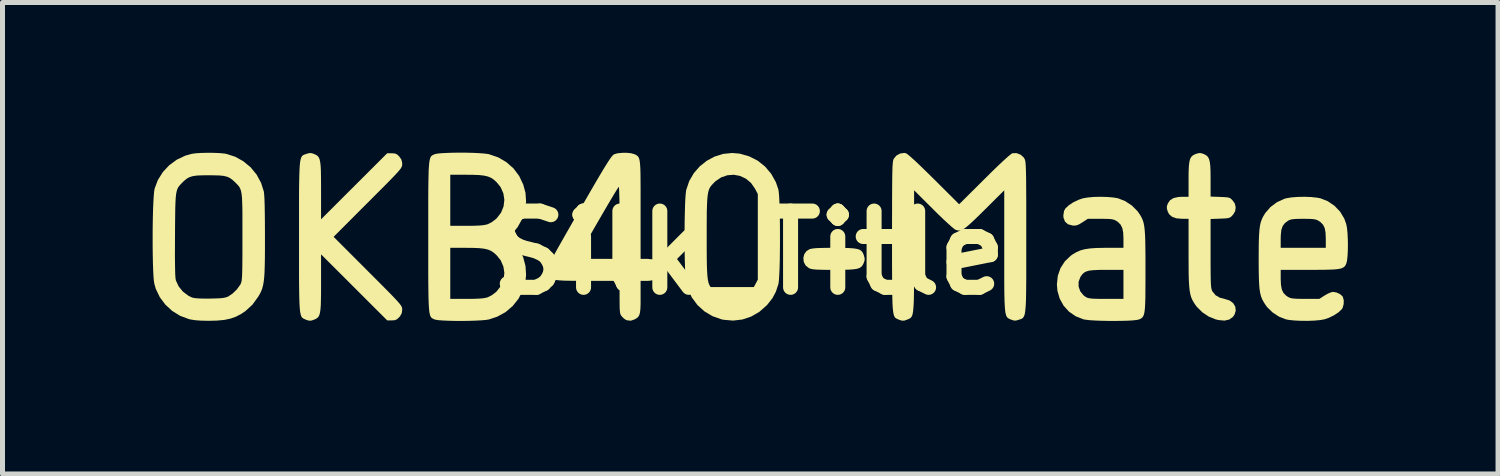
<source format=kicad_pcb>
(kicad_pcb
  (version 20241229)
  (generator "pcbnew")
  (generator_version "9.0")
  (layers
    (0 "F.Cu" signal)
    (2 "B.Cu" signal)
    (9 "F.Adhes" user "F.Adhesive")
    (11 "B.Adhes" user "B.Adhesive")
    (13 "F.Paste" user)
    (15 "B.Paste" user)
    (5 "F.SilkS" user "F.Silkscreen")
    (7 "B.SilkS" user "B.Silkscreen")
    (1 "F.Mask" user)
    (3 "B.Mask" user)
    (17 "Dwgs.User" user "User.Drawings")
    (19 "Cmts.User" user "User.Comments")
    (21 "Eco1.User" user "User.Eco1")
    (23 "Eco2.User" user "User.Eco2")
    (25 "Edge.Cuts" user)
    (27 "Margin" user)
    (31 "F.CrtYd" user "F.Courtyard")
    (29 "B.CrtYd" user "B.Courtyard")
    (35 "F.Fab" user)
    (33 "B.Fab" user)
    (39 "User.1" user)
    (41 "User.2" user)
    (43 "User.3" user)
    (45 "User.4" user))
  (footprint "Silk_Title"
    (layer "F.Cu")
    (at 11.912 2.002)
    (property "Reference" "Silk_Title" (at 0 0 0) (layer "F.SilkS") (effects (font (size 1.524 1.524) (thickness 0.3))))
    (attr board_only exclude_from_pos_files exclude_from_bom)
    (fp_poly (pts (xy 1.868 -0.099) (xy 1.996 -0.096) (xy 2.093 -0.089) (xy 2.165 -0.078) (xy 2.217 -0.061) (xy 2.252 -0.036) (xy 2.277 -0.003) (xy 2.296 0.04) (xy 2.299 0.05) (xy 2.315 0.109) (xy 2.313 0.155) (xy 2.295 0.206) (xy 2.275 0.246) (xy 2.25 0.277) (xy 2.216 0.301) (xy 2.166 0.318) (xy 2.097 0.329) (xy 2.003 0.336) (xy 1.88 0.339) (xy 1.722 0.34) (xy 1.697 0.34) (xy 1.551 0.34) (xy 1.44 0.338) (xy 1.356 0.335) (xy 1.296 0.33) (xy 1.252 0.323) (xy 1.219 0.313) (xy 1.201 0.305) (xy 1.136 0.253) (xy 1.099 0.184) (xy 1.09 0.106) (xy 1.107 0.03) (xy 1.152 -0.034) (xy 1.21 -0.071) (xy 1.244 -0.081) (xy 1.295 -0.089) (xy 1.368 -0.095) (xy 1.466 -0.098) (xy 1.596 -0.1) (xy 1.706 -0.1)) (stroke (width 0) (type solid)) (fill yes) (layer "F.SilkS"))
    (fp_poly (pts (xy 9.042 -1.991) (xy 9.093 -1.973) (xy 9.137 -1.951) (xy 9.17 -1.921) (xy 9.194 -1.88) (xy 9.211 -1.82) (xy 9.221 -1.738) (xy 9.226 -1.627) (xy 9.227 -1.482) (xy 9.227 -1.463) (xy 9.227 -1.124) (xy 9.419 -1.117) (xy 9.508 -1.113) (xy 9.568 -1.108) (xy 9.606 -1.098) (xy 9.635 -1.08) (xy 9.662 -1.053) (xy 9.669 -1.045) (xy 9.713 -0.982) (xy 9.727 -0.914) (xy 9.728 -0.9) (xy 9.717 -0.829) (xy 9.679 -0.767) (xy 9.669 -0.755) (xy 9.641 -0.725) (xy 9.613 -0.706) (xy 9.578 -0.694) (xy 9.524 -0.688) (xy 9.443 -0.684) (xy 9.419 -0.683) (xy 9.227 -0.676) (xy 9.227 0.017) (xy 9.227 0.203) (xy 9.228 0.353) (xy 9.229 0.471) (xy 9.231 0.563) (xy 9.234 0.631) (xy 9.238 0.681) (xy 9.244 0.717) (xy 9.251 0.743) (xy 9.261 0.764) (xy 9.266 0.774) (xy 9.328 0.848) (xy 9.411 0.896) (xy 9.514 0.923) (xy 9.609 0.953) (xy 9.678 1.005) (xy 9.72 1.074) (xy 9.73 1.152) (xy 9.707 1.231) (xy 9.672 1.282) (xy 9.6 1.333) (xy 9.505 1.354) (xy 9.385 1.343) (xy 9.327 1.329) (xy 9.191 1.274) (xy 9.062 1.188) (xy 8.954 1.081) (xy 8.923 1.04) (xy 8.889 0.988) (xy 8.861 0.938) (xy 8.839 0.886) (xy 8.822 0.826) (xy 8.809 0.755) (xy 8.8 0.667) (xy 8.793 0.559) (xy 8.789 0.425) (xy 8.788 0.262) (xy 8.787 0.064) (xy 8.787 0.006) (xy 8.787 -0.68) (xy 8.662 -0.68) (xy 8.543 -0.69) (xy 8.456 -0.721) (xy 8.397 -0.774) (xy 8.369 -0.83) (xy 8.353 -0.889) (xy 8.355 -0.935) (xy 8.373 -0.986) (xy 8.417 -1.051) (xy 8.486 -1.094) (xy 8.584 -1.116) (xy 8.666 -1.12) (xy 8.787 -1.12) (xy 8.787 -1.465) (xy 8.788 -1.615) (xy 8.793 -1.73) (xy 8.803 -1.816) (xy 8.819 -1.878) (xy 8.844 -1.921) (xy 8.878 -1.951) (xy 8.924 -1.973) (xy 8.937 -1.978) (xy 8.996 -1.994)) (stroke (width 0) (type solid)) (fill yes) (layer "F.SilkS"))
    (fp_poly (pts (xy -0.181 -1.982) (xy 0.007 -1.928) (xy 0.177 -1.842) (xy 0.325 -1.724) (xy 0.447 -1.58) (xy 0.541 -1.412) (xy 0.591 -1.266) (xy 0.599 -1.212) (xy 0.606 -1.124) (xy 0.612 -1.007) (xy 0.617 -0.867) (xy 0.62 -0.708) (xy 0.622 -0.538) (xy 0.623 -0.36) (xy 0.623 -0.182) (xy 0.621 -0.007) (xy 0.619 0.157) (xy 0.615 0.306) (xy 0.609 0.434) (xy 0.603 0.536) (xy 0.595 0.606) (xy 0.591 0.625) (xy 0.541 0.777) (xy 0.472 0.907) (xy 0.376 1.029) (xy 0.357 1.05) (xy 0.211 1.179) (xy 0.048 1.273) (xy -0.128 1.332) (xy -0.313 1.354) (xy -0.501 1.338) (xy -0.548 1.328) (xy -0.727 1.265) (xy -0.887 1.169) (xy -1.026 1.043) (xy -1.138 0.892) (xy -1.219 0.721) (xy -1.251 0.615) (xy -1.259 0.557) (xy -1.267 0.464) (xy -1.273 0.343) (xy -1.277 0.199) (xy -1.281 0.037) (xy -1.283 -0.136) (xy -1.283 -0.315) (xy -1.283 -0.32) (xy -0.841 -0.32) (xy -0.841 -0.102) (xy -0.84 0.08) (xy -0.838 0.23) (xy -0.834 0.351) (xy -0.828 0.448) (xy -0.82 0.525) (xy -0.808 0.586) (xy -0.792 0.634) (xy -0.771 0.673) (xy -0.746 0.708) (xy -0.715 0.743) (xy -0.689 0.769) (xy -0.576 0.854) (xy -0.447 0.905) (xy -0.308 0.919) (xy -0.176 0.899) (xy -0.073 0.852) (xy 0.024 0.776) (xy 0.103 0.679) (xy 0.124 0.642) (xy 0.18 0.535) (xy 0.18 -1.175) (xy 0.124 -1.282) (xy 0.044 -1.397) (xy -0.058 -1.482) (xy -0.175 -1.537) (xy -0.301 -1.56) (xy -0.429 -1.55) (xy -0.553 -1.507) (xy -0.667 -1.43) (xy -0.689 -1.408) (xy -0.724 -1.372) (xy -0.754 -1.338) (xy -0.778 -1.303) (xy -0.797 -1.261) (xy -0.811 -1.21) (xy -0.822 -1.145) (xy -0.83 -1.063) (xy -0.835 -0.959) (xy -0.839 -0.829) (xy -0.84 -0.671) (xy -0.841 -0.479) (xy -0.841 -0.32) (xy -1.283 -0.32) (xy -1.283 -0.494) (xy -1.281 -0.668) (xy -1.277 -0.83) (xy -1.273 -0.976) (xy -1.267 -1.099) (xy -1.259 -1.194) (xy -1.251 -1.255) (xy -1.25 -1.258) (xy -1.19 -1.435) (xy -1.098 -1.593) (xy -0.979 -1.729) (xy -0.839 -1.84) (xy -0.682 -1.924) (xy -0.512 -1.977) (xy -0.334 -1.995)) (stroke (width 0) (type solid)) (fill yes) (layer "F.SilkS"))
    (fp_poly (pts (xy -8.732 -1.991) (xy -8.681 -1.973) (xy -8.645 -1.956) (xy -8.616 -1.936) (xy -8.593 -1.908) (xy -8.576 -1.869) (xy -8.564 -1.813) (xy -8.555 -1.737) (xy -8.55 -1.637) (xy -8.548 -1.507) (xy -8.547 -1.344) (xy -8.547 -1.236) (xy -8.547 -0.67) (xy -7.225 -1.99) (xy -7.134 -1.99) (xy -7.07 -1.985) (xy -7.025 -1.965) (xy -6.984 -1.925) (xy -6.942 -1.864) (xy -6.926 -1.799) (xy -6.925 -1.775) (xy -6.926 -1.756) (xy -6.929 -1.737) (xy -6.937 -1.716) (xy -6.951 -1.69) (xy -6.976 -1.658) (xy -7.012 -1.615) (xy -7.062 -1.561) (xy -7.129 -1.491) (xy -7.215 -1.403) (xy -7.322 -1.295) (xy -7.453 -1.164) (xy -7.609 -1.007) (xy -7.611 -1.006) (xy -8.296 -0.32) (xy -7.611 0.366) (xy -7.454 0.523) (xy -7.323 0.654) (xy -7.216 0.762) (xy -7.13 0.85) (xy -7.063 0.92) (xy -7.012 0.975) (xy -6.976 1.018) (xy -6.952 1.05) (xy -6.937 1.076) (xy -6.929 1.097) (xy -6.926 1.116) (xy -6.925 1.135) (xy -6.925 1.135) (xy -6.935 1.207) (xy -6.968 1.266) (xy -6.984 1.285) (xy -7.029 1.327) (xy -7.074 1.346) (xy -7.134 1.35) (xy -7.225 1.35) (xy -7.886 0.69) (xy -8.547 0.03) (xy -8.547 0.596) (xy -8.547 0.78) (xy -8.549 0.928) (xy -8.552 1.044) (xy -8.559 1.134) (xy -8.569 1.2) (xy -8.583 1.248) (xy -8.602 1.282) (xy -8.627 1.305) (xy -8.658 1.323) (xy -8.675 1.331) (xy -8.737 1.353) (xy -8.784 1.356) (xy -8.837 1.341) (xy -8.863 1.33) (xy -8.885 1.32) (xy -8.905 1.31) (xy -8.922 1.297) (xy -8.936 1.279) (xy -8.948 1.252) (xy -8.958 1.214) (xy -8.967 1.163) (xy -8.973 1.095) (xy -8.978 1.009) (xy -8.982 0.901) (xy -8.984 0.769) (xy -8.986 0.61) (xy -8.987 0.421) (xy -8.987 0.2) (xy -8.987 -0.056) (xy -8.987 -0.324) (xy -8.987 -0.615) (xy -8.987 -0.868) (xy -8.987 -1.087) (xy -8.986 -1.273) (xy -8.984 -1.43) (xy -8.981 -1.56) (xy -8.977 -1.667) (xy -8.972 -1.751) (xy -8.965 -1.817) (xy -8.955 -1.867) (xy -8.944 -1.903) (xy -8.93 -1.929) (xy -8.913 -1.946) (xy -8.894 -1.958) (xy -8.871 -1.967) (xy -8.844 -1.975) (xy -8.837 -1.978) (xy -8.778 -1.994)) (stroke (width 0) (type solid)) (fill yes) (layer "F.SilkS"))
    (fp_poly (pts (xy -2.352 -1.99) (xy -2.287 -1.972) (xy -2.282 -1.97) (xy -2.255 -1.957) (xy -2.233 -1.943) (xy -2.215 -1.927) (xy -2.2 -1.904) (xy -2.188 -1.872) (xy -2.179 -1.827) (xy -2.172 -1.765) (xy -2.167 -1.683) (xy -2.164 -1.578) (xy -2.163 -1.446) (xy -2.162 -1.285) (xy -2.162 -1.09) (xy -2.162 -0.866) (xy -2.162 0.12) (xy -2.031 0.12) (xy -1.906 0.132) (xy -1.813 0.167) (xy -1.752 0.225) (xy -1.723 0.306) (xy -1.721 0.34) (xy -1.738 0.429) (xy -1.788 0.495) (xy -1.869 0.538) (xy -1.983 0.558) (xy -2.031 0.56) (xy -2.162 0.56) (xy -2.162 0.886) (xy -2.162 1.019) (xy -2.166 1.12) (xy -2.174 1.192) (xy -2.188 1.243) (xy -2.209 1.279) (xy -2.24 1.306) (xy -2.282 1.33) (xy -2.357 1.356) (xy -2.428 1.349) (xy -2.454 1.34) (xy -2.496 1.313) (xy -2.538 1.27) (xy -2.539 1.269) (xy -2.555 1.246) (xy -2.567 1.22) (xy -2.574 1.183) (xy -2.579 1.13) (xy -2.581 1.053) (xy -2.582 0.947) (xy -2.582 0.887) (xy -2.582 0.56) (xy -3.215 0.56) (xy -3.405 0.56) (xy -3.561 0.558) (xy -3.684 0.556) (xy -3.78 0.55) (xy -3.852 0.543) (xy -3.905 0.532) (xy -3.943 0.516) (xy -3.97 0.497) (xy -3.99 0.472) (xy -4.004 0.448) (xy -4.016 0.425) (xy -4.024 0.401) (xy -4.027 0.375) (xy -4.024 0.343) (xy -4.014 0.304) (xy -3.995 0.253) (xy -3.966 0.189) (xy -3.931 0.12) (xy -3.444 0.12) (xy -2.582 0.12) (xy -2.582 -0.6) (xy -2.582 -0.765) (xy -2.584 -0.917) (xy -2.585 -1.051) (xy -2.588 -1.163) (xy -2.591 -1.248) (xy -2.594 -1.301) (xy -2.597 -1.319) (xy -2.61 -1.302) (xy -2.641 -1.255) (xy -2.687 -1.18) (xy -2.745 -1.082) (xy -2.815 -0.965) (xy -2.892 -0.833) (xy -2.972 -0.695) (xy -3.058 -0.547) (xy -3.139 -0.406) (xy -3.214 -0.277) (xy -3.279 -0.164) (xy -3.332 -0.073) (xy -3.37 -0.007) (xy -3.388 0.024) (xy -3.444 0.12) (xy -3.931 0.12) (xy -3.925 0.109) (xy -3.873 0.009) (xy -3.806 -0.111) (xy -3.724 -0.256) (xy -3.626 -0.428) (xy -3.511 -0.629) (xy -3.391 -0.836) (xy -3.26 -1.063) (xy -3.148 -1.257) (xy -3.052 -1.422) (xy -2.971 -1.559) (xy -2.904 -1.672) (xy -2.848 -1.762) (xy -2.804 -1.832) (xy -2.768 -1.885) (xy -2.74 -1.923) (xy -2.718 -1.948) (xy -2.701 -1.963) (xy -2.691 -1.969) (xy -2.624 -1.989) (xy -2.536 -1.998) (xy -2.44 -1.999)) (stroke (width 0) (type solid)) (fill yes) (layer "F.SilkS"))
    (fp_poly (pts (xy 7.169 -1.116) (xy 7.291 -1.105) (xy 7.377 -1.09) (xy 7.52 -1.034) (xy 7.652 -0.947) (xy 7.762 -0.838) (xy 7.79 -0.8) (xy 7.822 -0.752) (xy 7.848 -0.706) (xy 7.87 -0.658) (xy 7.887 -0.605) (xy 7.9 -0.541) (xy 7.91 -0.462) (xy 7.917 -0.366) (xy 7.922 -0.247) (xy 7.924 -0.102) (xy 7.926 0.074) (xy 7.926 0.285) (xy 7.926 0.355) (xy 7.926 0.571) (xy 7.925 0.75) (xy 7.924 0.897) (xy 7.92 1.015) (xy 7.915 1.107) (xy 7.907 1.177) (xy 7.896 1.229) (xy 7.882 1.265) (xy 7.864 1.291) (xy 7.842 1.309) (xy 7.814 1.324) (xy 7.798 1.331) (xy 7.751 1.341) (xy 7.671 1.35) (xy 7.566 1.356) (xy 7.442 1.359) (xy 7.307 1.361) (xy 7.169 1.36) (xy 7.034 1.357) (xy 6.909 1.352) (xy 6.803 1.345) (xy 6.721 1.335) (xy 6.685 1.328) (xy 6.531 1.267) (xy 6.398 1.175) (xy 6.291 1.057) (xy 6.213 0.917) (xy 6.167 0.76) (xy 6.156 0.63) (xy 6.162 0.577) (xy 6.59 0.577) (xy 6.59 0.675) (xy 6.623 0.768) (xy 6.686 0.847) (xy 6.73 0.88) (xy 6.758 0.895) (xy 6.79 0.905) (xy 6.833 0.912) (xy 6.894 0.917) (xy 6.979 0.919) (xy 7.096 0.92) (xy 7.141 0.92) (xy 7.486 0.92) (xy 7.486 0.34) (xy 7.141 0.34) (xy 6.997 0.341) (xy 6.886 0.346) (xy 6.804 0.355) (xy 6.743 0.372) (xy 6.697 0.397) (xy 6.661 0.432) (xy 6.628 0.479) (xy 6.625 0.485) (xy 6.59 0.577) (xy 6.162 0.577) (xy 6.174 0.46) (xy 6.228 0.305) (xy 6.316 0.169) (xy 6.435 0.056) (xy 6.47 0.031) (xy 6.546 -0.014) (xy 6.624 -0.048) (xy 6.712 -0.072) (xy 6.817 -0.088) (xy 6.946 -0.097) (xy 7.105 -0.1) (xy 7.15 -0.1) (xy 7.486 -0.1) (xy 7.486 -0.285) (xy 7.481 -0.405) (xy 7.463 -0.495) (xy 7.43 -0.562) (xy 7.378 -0.615) (xy 7.341 -0.64) (xy 7.308 -0.657) (xy 7.268 -0.669) (xy 7.215 -0.676) (xy 7.138 -0.679) (xy 7.031 -0.68) (xy 7.025 -0.68) (xy 6.774 -0.68) (xy 6.665 -0.609) (xy 6.599 -0.569) (xy 6.549 -0.549) (xy 6.5 -0.544) (xy 6.466 -0.547) (xy 6.377 -0.571) (xy 6.318 -0.624) (xy 6.288 -0.702) (xy 6.285 -0.748) (xy 6.299 -0.837) (xy 6.325 -0.885) (xy 6.391 -0.948) (xy 6.483 -1.009) (xy 6.589 -1.06) (xy 6.675 -1.089) (xy 6.772 -1.106) (xy 6.896 -1.117) (xy 7.033 -1.12)) (stroke (width 0) (type solid)) (fill yes) (layer "F.SilkS"))
    (fp_poly (pts (xy 11.237 -1.115) (xy 11.356 -1.102) (xy 11.42 -1.09) (xy 11.57 -1.031) (xy 11.703 -0.94) (xy 11.815 -0.823) (xy 11.898 -0.685) (xy 11.939 -0.571) (xy 11.953 -0.494) (xy 11.963 -0.393) (xy 11.969 -0.277) (xy 11.971 -0.154) (xy 11.969 -0.035) (xy 11.963 0.072) (xy 11.953 0.158) (xy 11.94 0.211) (xy 11.924 0.246) (xy 11.904 0.274) (xy 11.875 0.295) (xy 11.835 0.312) (xy 11.778 0.324) (xy 11.7 0.332) (xy 11.598 0.336) (xy 11.466 0.339) (xy 11.3 0.34) (xy 11.199 0.34) (xy 10.628 0.34) (xy 10.628 0.525) (xy 10.634 0.645) (xy 10.651 0.735) (xy 10.684 0.802) (xy 10.736 0.855) (xy 10.773 0.88) (xy 10.804 0.896) (xy 10.841 0.907) (xy 10.89 0.914) (xy 10.96 0.918) (xy 11.059 0.92) (xy 11.119 0.92) (xy 11.4 0.92) (xy 11.509 0.85) (xy 11.575 0.813) (xy 11.637 0.788) (xy 11.675 0.78) (xy 11.746 0.793) (xy 11.814 0.825) (xy 11.863 0.869) (xy 11.869 0.879) (xy 11.888 0.947) (xy 11.886 1.027) (xy 11.865 1.1) (xy 11.85 1.125) (xy 11.784 1.188) (xy 11.691 1.249) (xy 11.586 1.3) (xy 11.5 1.329) (xy 11.413 1.344) (xy 11.299 1.354) (xy 11.168 1.359) (xy 11.033 1.358) (xy 10.905 1.352) (xy 10.795 1.341) (xy 10.728 1.328) (xy 10.594 1.275) (xy 10.466 1.191) (xy 10.358 1.086) (xy 10.324 1.04) (xy 10.288 0.983) (xy 10.258 0.928) (xy 10.235 0.87) (xy 10.218 0.802) (xy 10.205 0.721) (xy 10.197 0.621) (xy 10.192 0.497) (xy 10.189 0.344) (xy 10.188 0.157) (xy 10.188 0.12) (xy 10.189 -0.074) (xy 10.189 -0.1) (xy 10.628 -0.1) (xy 11.529 -0.1) (xy 11.529 -0.285) (xy 11.524 -0.405) (xy 11.507 -0.495) (xy 11.474 -0.562) (xy 11.422 -0.615) (xy 11.384 -0.64) (xy 11.35 -0.658) (xy 11.309 -0.669) (xy 11.254 -0.676) (xy 11.175 -0.679) (xy 11.079 -0.68) (xy 10.972 -0.679) (xy 10.896 -0.675) (xy 10.843 -0.668) (xy 10.803 -0.656) (xy 10.773 -0.64) (xy 10.71 -0.592) (xy 10.667 -0.534) (xy 10.641 -0.458) (xy 10.63 -0.355) (xy 10.628 -0.285) (xy 10.628 -0.1) (xy 10.189 -0.1) (xy 10.191 -0.232) (xy 10.196 -0.361) (xy 10.204 -0.465) (xy 10.215 -0.549) (xy 10.232 -0.618) (xy 10.254 -0.678) (xy 10.282 -0.734) (xy 10.317 -0.79) (xy 10.324 -0.8) (xy 10.424 -0.915) (xy 10.551 -1.01) (xy 10.692 -1.076) (xy 10.738 -1.09) (xy 10.838 -1.107) (xy 10.964 -1.117) (xy 11.102 -1.12)) (stroke (width 0) (type solid)) (fill yes) (layer "F.SilkS"))
    (fp_poly (pts (xy -5.646 -2.001) (xy -5.512 -1.998) (xy -5.389 -1.992) (xy -5.285 -1.984) (xy -5.207 -1.974) (xy -5.189 -1.97) (xy -5.005 -1.907) (xy -4.842 -1.811) (xy -4.702 -1.687) (xy -4.589 -1.537) (xy -4.507 -1.365) (xy -4.462 -1.199) (xy -4.45 -1.023) (xy -4.474 -0.844) (xy -4.531 -0.672) (xy -4.619 -0.514) (xy -4.695 -0.421) (xy -4.789 -0.32) (xy -4.695 -0.219) (xy -4.588 -0.077) (xy -4.509 0.086) (xy -4.462 0.262) (xy -4.45 0.44) (xy -4.462 0.559) (xy -4.515 0.747) (xy -4.601 0.916) (xy -4.718 1.063) (xy -4.861 1.185) (xy -5.027 1.276) (xy -5.189 1.33) (xy -5.256 1.341) (xy -5.351 1.349) (xy -5.468 1.355) (xy -5.598 1.359) (xy -5.735 1.361) (xy -5.871 1.36) (xy -5.999 1.357) (xy -6.113 1.352) (xy -6.204 1.345) (xy -6.265 1.335) (xy -6.281 1.33) (xy -6.303 1.32) (xy -6.323 1.31) (xy -6.34 1.297) (xy -6.354 1.279) (xy -6.367 1.252) (xy -6.377 1.214) (xy -6.385 1.163) (xy -6.391 1.095) (xy -6.396 1.008) (xy -6.399 0.92) (xy -5.965 0.92) (xy -5.638 0.92) (xy -5.498 0.919) (xy -5.391 0.915) (xy -5.31 0.908) (xy -5.25 0.897) (xy -5.217 0.888) (xy -5.137 0.848) (xy -5.056 0.787) (xy -5.036 0.768) (xy -4.95 0.657) (xy -4.9 0.533) (xy -4.884 0.402) (xy -4.904 0.272) (xy -4.958 0.149) (xy -5.036 0.052) (xy -5.091 0.001) (xy -5.148 -0.038) (xy -5.212 -0.065) (xy -5.29 -0.083) (xy -5.388 -0.094) (xy -5.515 -0.099) (xy -5.638 -0.1) (xy -5.965 -0.1) (xy -5.965 0.92) (xy -6.399 0.92) (xy -6.4 0.9) (xy -6.402 0.767) (xy -6.404 0.608) (xy -6.405 0.419) (xy -6.405 0.198) (xy -6.405 -0.059) (xy -6.405 -0.32) (xy -6.405 -0.54) (xy -5.965 -0.54) (xy -5.638 -0.54) (xy -5.498 -0.541) (xy -5.391 -0.545) (xy -5.31 -0.552) (xy -5.25 -0.563) (xy -5.217 -0.572) (xy -5.137 -0.612) (xy -5.056 -0.673) (xy -5.036 -0.692) (xy -4.95 -0.803) (xy -4.9 -0.927) (xy -4.884 -1.058) (xy -4.904 -1.188) (xy -4.958 -1.311) (xy -5.036 -1.408) (xy -5.091 -1.459) (xy -5.148 -1.498) (xy -5.212 -1.525) (xy -5.29 -1.543) (xy -5.388 -1.554) (xy -5.515 -1.559) (xy -5.638 -1.56) (xy -5.965 -1.56) (xy -5.965 -0.54) (xy -6.405 -0.54) (xy -6.405 -0.61) (xy -6.405 -0.863) (xy -6.405 -1.081) (xy -6.404 -1.267) (xy -6.402 -1.423) (xy -6.399 -1.553) (xy -6.396 -1.659) (xy -6.39 -1.744) (xy -6.384 -1.809) (xy -6.375 -1.859) (xy -6.365 -1.896) (xy -6.352 -1.922) (xy -6.337 -1.939) (xy -6.319 -1.952) (xy -6.299 -1.961) (xy -6.276 -1.971) (xy -6.228 -1.982) (xy -6.148 -1.99) (xy -6.042 -1.996) (xy -5.918 -2) (xy -5.784 -2.002)) (stroke (width 0) (type solid)) (fill yes) (layer "F.SilkS"))
    (fp_poly (pts (xy 3.137 -1.991) (xy 3.169 -1.972) (xy 3.227 -1.924) (xy 3.312 -1.848) (xy 3.422 -1.744) (xy 3.557 -1.613) (xy 3.698 -1.474) (xy 4.203 -0.971) (xy 4.709 -1.474) (xy 4.865 -1.629) (xy 4.997 -1.756) (xy 5.105 -1.857) (xy 5.187 -1.93) (xy 5.243 -1.975) (xy 5.27 -1.991) (xy 5.351 -1.992) (xy 5.43 -1.962) (xy 5.492 -1.907) (xy 5.509 -1.88) (xy 5.516 -1.864) (xy 5.522 -1.844) (xy 5.527 -1.817) (xy 5.531 -1.78) (xy 5.534 -1.731) (xy 5.537 -1.665) (xy 5.539 -1.582) (xy 5.541 -1.477) (xy 5.542 -1.348) (xy 5.543 -1.192) (xy 5.544 -1.007) (xy 5.544 -0.79) (xy 5.544 -0.537) (xy 5.544 -0.32) (xy 5.544 -0.029) (xy 5.544 0.225) (xy 5.544 0.444) (xy 5.543 0.63) (xy 5.541 0.788) (xy 5.539 0.918) (xy 5.535 1.025) (xy 5.529 1.11) (xy 5.522 1.176) (xy 5.513 1.226) (xy 5.501 1.263) (xy 5.487 1.288) (xy 5.471 1.306) (xy 5.451 1.318) (xy 5.429 1.326) (xy 5.402 1.335) (xy 5.394 1.338) (xy 5.336 1.354) (xy 5.289 1.351) (xy 5.238 1.333) (xy 5.212 1.322) (xy 5.189 1.31) (xy 5.169 1.296) (xy 5.153 1.274) (xy 5.14 1.244) (xy 5.129 1.201) (xy 5.121 1.144) (xy 5.115 1.068) (xy 5.11 0.971) (xy 5.107 0.85) (xy 5.105 0.702) (xy 5.104 0.524) (xy 5.104 0.314) (xy 5.104 0.067) (xy 5.104 -0.044) (xy 5.104 -1.249) (xy 4.709 -0.856) (xy 4.583 -0.732) (xy 4.481 -0.634) (xy 4.4 -0.56) (xy 4.336 -0.506) (xy 4.284 -0.471) (xy 4.241 -0.451) (xy 4.204 -0.445) (xy 4.168 -0.449) (xy 4.132 -0.46) (xy 4.102 -0.48) (xy 4.049 -0.524) (xy 3.977 -0.589) (xy 3.889 -0.67) (xy 3.791 -0.764) (xy 3.688 -0.866) (xy 3.303 -1.25) (xy 3.303 -0.044) (xy 3.303 0.218) (xy 3.302 0.443) (xy 3.302 0.634) (xy 3.3 0.793) (xy 3.298 0.925) (xy 3.294 1.031) (xy 3.288 1.115) (xy 3.281 1.18) (xy 3.272 1.228) (xy 3.26 1.263) (xy 3.245 1.287) (xy 3.228 1.304) (xy 3.207 1.316) (xy 3.182 1.327) (xy 3.174 1.331) (xy 3.112 1.353) (xy 3.065 1.356) (xy 3.012 1.341) (xy 2.987 1.33) (xy 2.964 1.32) (xy 2.944 1.31) (xy 2.927 1.297) (xy 2.913 1.279) (xy 2.901 1.252) (xy 2.891 1.214) (xy 2.883 1.163) (xy 2.876 1.095) (xy 2.871 1.009) (xy 2.868 0.901) (xy 2.865 0.769) (xy 2.864 0.61) (xy 2.863 0.421) (xy 2.862 0.2) (xy 2.862 -0.056) (xy 2.862 -0.324) (xy 2.862 -0.605) (xy 2.863 -0.848) (xy 2.863 -1.057) (xy 2.864 -1.235) (xy 2.865 -1.383) (xy 2.866 -1.506) (xy 2.868 -1.605) (xy 2.87 -1.684) (xy 2.873 -1.745) (xy 2.877 -1.791) (xy 2.881 -1.825) (xy 2.886 -1.85) (xy 2.892 -1.869) (xy 2.897 -1.88) (xy 2.949 -1.943) (xy 3.023 -1.984) (xy 3.105 -1.996)) (stroke (width 0) (type solid)) (fill yes) (layer "F.SilkS"))
    (fp_poly (pts (xy -10.692 -1.998) (xy -10.574 -1.993) (xy -10.479 -1.984) (xy -10.444 -1.978) (xy -10.264 -1.921) (xy -10.099 -1.829) (xy -9.954 -1.709) (xy -9.835 -1.564) (xy -9.745 -1.398) (xy -9.69 -1.224) (xy -9.684 -1.172) (xy -9.678 -1.083) (xy -9.674 -0.958) (xy -9.671 -0.799) (xy -9.669 -0.609) (xy -9.668 -0.39) (xy -9.668 -0.318) (xy -9.668 -0.093) (xy -9.669 0.096) (xy -9.672 0.254) (xy -9.676 0.384) (xy -9.683 0.491) (xy -9.693 0.578) (xy -9.706 0.65) (xy -9.722 0.711) (xy -9.743 0.766) (xy -9.768 0.818) (xy -9.799 0.871) (xy -9.8 0.873) (xy -9.915 1.032) (xy -10.053 1.16) (xy -10.141 1.22) (xy -10.246 1.275) (xy -10.355 1.314) (xy -10.479 1.34) (xy -10.626 1.354) (xy -10.788 1.358) (xy -10.942 1.355) (xy -11.064 1.346) (xy -11.162 1.33) (xy -11.19 1.323) (xy -11.364 1.258) (xy -11.522 1.16) (xy -11.659 1.034) (xy -11.769 0.886) (xy -11.849 0.72) (xy -11.878 0.619) (xy -11.888 0.555) (xy -11.896 0.458) (xy -11.902 0.333) (xy -11.907 0.185) (xy -11.909 0.067) (xy -11.467 0.067) (xy -11.465 0.226) (xy -11.463 0.351) (xy -11.46 0.445) (xy -11.455 0.511) (xy -11.448 0.549) (xy -11.448 0.55) (xy -11.392 0.671) (xy -11.305 0.777) (xy -11.192 0.861) (xy -11.121 0.894) (xy -11.067 0.905) (xy -10.975 0.912) (xy -10.848 0.915) (xy -10.768 0.914) (xy -10.646 0.911) (xy -10.555 0.907) (xy -10.49 0.899) (xy -10.442 0.888) (xy -10.405 0.874) (xy -10.314 0.813) (xy -10.228 0.729) (xy -10.162 0.638) (xy -10.154 0.623) (xy -10.146 0.603) (xy -10.138 0.578) (xy -10.132 0.546) (xy -10.128 0.502) (xy -10.124 0.442) (xy -10.122 0.363) (xy -10.12 0.26) (xy -10.119 0.131) (xy -10.118 -0.03) (xy -10.118 -0.225) (xy -10.118 -0.32) (xy -10.118 -0.538) (xy -10.118 -0.72) (xy -10.119 -0.87) (xy -10.122 -0.991) (xy -10.126 -1.088) (xy -10.133 -1.163) (xy -10.143 -1.222) (xy -10.156 -1.268) (xy -10.173 -1.305) (xy -10.194 -1.336) (xy -10.22 -1.365) (xy -10.252 -1.397) (xy -10.261 -1.407) (xy -10.316 -1.457) (xy -10.367 -1.495) (xy -10.422 -1.52) (xy -10.49 -1.537) (xy -10.577 -1.546) (xy -10.691 -1.549) (xy -10.788 -1.55) (xy -10.926 -1.549) (xy -11.031 -1.544) (xy -11.111 -1.532) (xy -11.174 -1.513) (xy -11.227 -1.484) (xy -11.278 -1.443) (xy -11.316 -1.407) (xy -11.349 -1.373) (xy -11.377 -1.342) (xy -11.4 -1.311) (xy -11.418 -1.275) (xy -11.432 -1.23) (xy -11.443 -1.173) (xy -11.451 -1.099) (xy -11.456 -1.005) (xy -11.46 -0.886) (xy -11.462 -0.739) (xy -11.464 -0.559) (xy -11.465 -0.36) (xy -11.466 -0.128) (xy -11.467 0.067) (xy -11.909 0.067) (xy -11.91 0.02) (xy -11.912 -0.155) (xy -11.912 -0.336) (xy -11.911 -0.517) (xy -11.908 -0.692) (xy -11.904 -0.855) (xy -11.898 -1.001) (xy -11.891 -1.124) (xy -11.883 -1.219) (xy -11.873 -1.28) (xy -11.873 -1.282) (xy -11.807 -1.456) (xy -11.708 -1.614) (xy -11.581 -1.75) (xy -11.43 -1.861) (xy -11.26 -1.942) (xy -11.133 -1.978) (xy -11.052 -1.989) (xy -10.943 -1.996) (xy -10.819 -1.999)) (stroke (width 0) (type solid)) (fill yes) (layer "F.SilkS")))
  (gr_rect
    (start -3 -3)
    (end 26.883 6.42)
    (stroke (width 0.1) (type default))
    (fill no)
    (layer "Edge.Cuts")))
</source>
